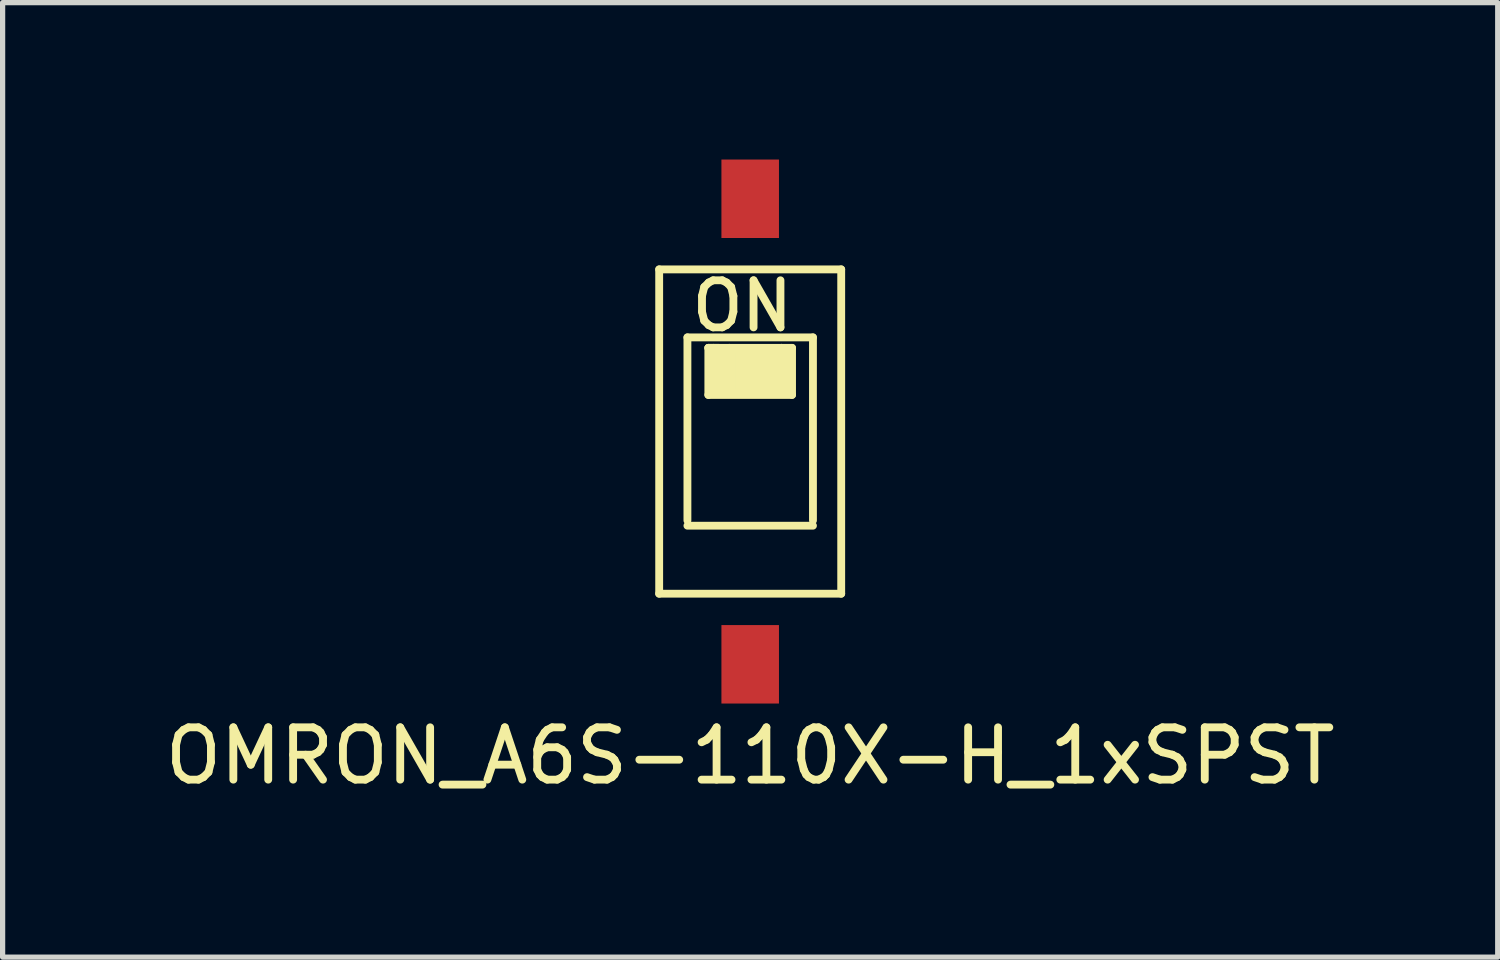
<source format=kicad_pcb>
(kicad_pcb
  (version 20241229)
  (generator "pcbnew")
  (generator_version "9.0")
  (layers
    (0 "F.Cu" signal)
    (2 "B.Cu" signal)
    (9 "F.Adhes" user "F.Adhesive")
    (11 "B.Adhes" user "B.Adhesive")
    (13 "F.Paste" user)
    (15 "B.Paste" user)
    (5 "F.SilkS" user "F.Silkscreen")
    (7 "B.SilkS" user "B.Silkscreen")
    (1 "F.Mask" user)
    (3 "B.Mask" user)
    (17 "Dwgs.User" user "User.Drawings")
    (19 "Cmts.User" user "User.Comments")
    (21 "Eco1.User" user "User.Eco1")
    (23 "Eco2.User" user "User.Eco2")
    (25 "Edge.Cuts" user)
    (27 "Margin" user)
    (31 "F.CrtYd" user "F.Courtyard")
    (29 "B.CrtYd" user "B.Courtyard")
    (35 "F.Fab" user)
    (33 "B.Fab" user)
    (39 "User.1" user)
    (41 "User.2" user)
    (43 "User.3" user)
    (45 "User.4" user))
  (footprint "OMRON_A6S-110X-H_1xSPST"
    (layer "F.Cu")
    (at 11.292 5.2)
    (property "Reference" "OMRON_A6S-110X-H_1xSPST" (at 0 6.2 0) (layer "F.SilkS") (effects (font (size 1 1) (thickness 0.15))))
    (attr through_hole)
    (fp_line (start -1.74 -3.1) (end 1.74 -3.1) (stroke (width 0.15) (type solid)) (layer "F.SilkS"))
    (fp_line (start -1.74 3.1) (end -1.74 -3.1) (stroke (width 0.15) (type solid)) (layer "F.SilkS"))
    (fp_line (start -1.2 -1.8) (end 1.2 -1.8) (stroke (width 0.15) (type solid)) (layer "F.SilkS"))
    (fp_line (start -1.2 1.7) (end -1.2 -1.8) (stroke (width 0.15) (type solid)) (layer "F.SilkS"))
    (fp_line (start -0.8 -1.6) (end -0.6 -1.6) (stroke (width 0.15) (type solid)) (layer "F.SilkS"))
    (fp_line (start -0.8 -1.6) (end 0.8 -1.6) (stroke (width 0.15) (type solid)) (layer "F.SilkS"))
    (fp_line (start -0.8 -0.7) (end -0.8 -1.6) (stroke (width 0.15) (type solid)) (layer "F.SilkS"))
    (fp_line (start -0.7 -1.6) (end -0.7 -0.8) (stroke (width 0.15) (type solid)) (layer "F.SilkS"))
    (fp_line (start -0.7 -0.8) (end -0.6 -0.8) (stroke (width 0.15) (type solid)) (layer "F.SilkS"))
    (fp_line (start -0.6 -1.5) (end -0.5 -1.5) (stroke (width 0.15) (type solid)) (layer "F.SilkS"))
    (fp_line (start -0.6 -0.8) (end -0.6 -1.5) (stroke (width 0.15) (type solid)) (layer "F.SilkS"))
    (fp_line (start -0.5 -1.5) (end -0.5 -0.8) (stroke (width 0.15) (type solid)) (layer "F.SilkS"))
    (fp_line (start -0.5 -0.8) (end -0.4 -0.8) (stroke (width 0.15) (type solid)) (layer "F.SilkS"))
    (fp_line (start -0.4 -1.6) (end -0.3 -1.5) (stroke (width 0.15) (type solid)) (layer "F.SilkS"))
    (fp_line (start -0.4 -0.8) (end -0.4 -1.6) (stroke (width 0.15) (type solid)) (layer "F.SilkS"))
    (fp_line (start -0.3 -1.5) (end -0.3 -0.8) (stroke (width 0.15) (type solid)) (layer "F.SilkS"))
    (fp_line (start -0.3 -0.8) (end -0.2 -0.8) (stroke (width 0.15) (type solid)) (layer "F.SilkS"))
    (fp_line (start -0.2 -1.5) (end -0.1 -1.5) (stroke (width 0.15) (type solid)) (layer "F.SilkS"))
    (fp_line (start -0.2 -0.8) (end -0.2 -1.5) (stroke (width 0.15) (type solid)) (layer "F.SilkS"))
    (fp_line (start -0.1 -1.5) (end -0.1 -0.8) (stroke (width 0.15) (type solid)) (layer "F.SilkS"))
    (fp_line (start -0.1 -0.8) (end 0 -0.8) (stroke (width 0.15) (type solid)) (layer "F.SilkS"))
    (fp_line (start 0 -1.5) (end 0.1 -1.5) (stroke (width 0.15) (type solid)) (layer "F.SilkS"))
    (fp_line (start 0 -0.8) (end 0 -1.5) (stroke (width 0.15) (type solid)) (layer "F.SilkS"))
    (fp_line (start 0.1 -1.5) (end 0.1 -0.8) (stroke (width 0.15) (type solid)) (layer "F.SilkS"))
    (fp_line (start 0.1 -0.8) (end 0.2 -0.8) (stroke (width 0.15) (type solid)) (layer "F.SilkS"))
    (fp_line (start 0.2 -1.5) (end 0.3 -1.5) (stroke (width 0.15) (type solid)) (layer "F.SilkS"))
    (fp_line (start 0.2 -0.8) (end 0.2 -1.5) (stroke (width 0.15) (type solid)) (layer "F.SilkS"))
    (fp_line (start 0.3 -1.5) (end 0.3 -0.8) (stroke (width 0.15) (type solid)) (layer "F.SilkS"))
    (fp_line (start 0.3 -0.8) (end 0.4 -0.8) (stroke (width 0.15) (type solid)) (layer "F.SilkS"))
    (fp_line (start 0.4 -1.5) (end 0.5 -1.5) (stroke (width 0.15) (type solid)) (layer "F.SilkS"))
    (fp_line (start 0.4 -0.8) (end 0.4 -1.5) (stroke (width 0.15) (type solid)) (layer "F.SilkS"))
    (fp_line (start 0.5 -1.5) (end 0.5 -0.8) (stroke (width 0.15) (type solid)) (layer "F.SilkS"))
    (fp_line (start 0.5 -0.8) (end 0.6 -0.8) (stroke (width 0.15) (type solid)) (layer "F.SilkS"))
    (fp_line (start 0.6 -1.6) (end 0.7 -1.5) (stroke (width 0.15) (type solid)) (layer "F.SilkS"))
    (fp_line (start 0.6 -0.8) (end 0.6 -1.6) (stroke (width 0.15) (type solid)) (layer "F.SilkS"))
    (fp_line (start 0.7 -1.5) (end 0.7 -0.8) (stroke (width 0.15) (type solid)) (layer "F.SilkS"))
    (fp_line (start 0.8 -1.6) (end 0.8 -0.7) (stroke (width 0.15) (type solid)) (layer "F.SilkS"))
    (fp_line (start 0.8 -0.7) (end -0.8 -0.7) (stroke (width 0.15) (type solid)) (layer "F.SilkS"))
    (fp_line (start 1.2 -1.8) (end 1.2 1.7) (stroke (width 0.15) (type solid)) (layer "F.SilkS"))
    (fp_line (start 1.2 1.8) (end -1.2 1.8) (stroke (width 0.15) (type solid)) (layer "F.SilkS"))
    (fp_line (start 1.74 -3.1) (end 1.74 3.1) (stroke (width 0.15) (type solid)) (layer "F.SilkS"))
    (fp_line (start 1.74 3.1) (end -1.74 3.1) (stroke (width 0.15) (type solid)) (layer "F.SilkS"))
    (fp_text user "ON" (at -0.15 -2.4 0) (layer "F.SilkS") (effects (font (size 0.9 0.9) (thickness 0.15))))
    (pad "1" smd rect (at 0 -4.45) (size 1.1 1.5) (layers "F.Cu" "F.Mask" "F.Paste"))
    (pad "2" smd rect (at 0 4.45) (size 1.1 1.5) (layers "F.Cu" "F.Mask" "F.Paste")))
  (gr_rect
    (start -3 -3)
    (end 25.583 15.248)
    (stroke (width 0.1) (type default))
    (fill no)
    (layer "Edge.Cuts")))
</source>
